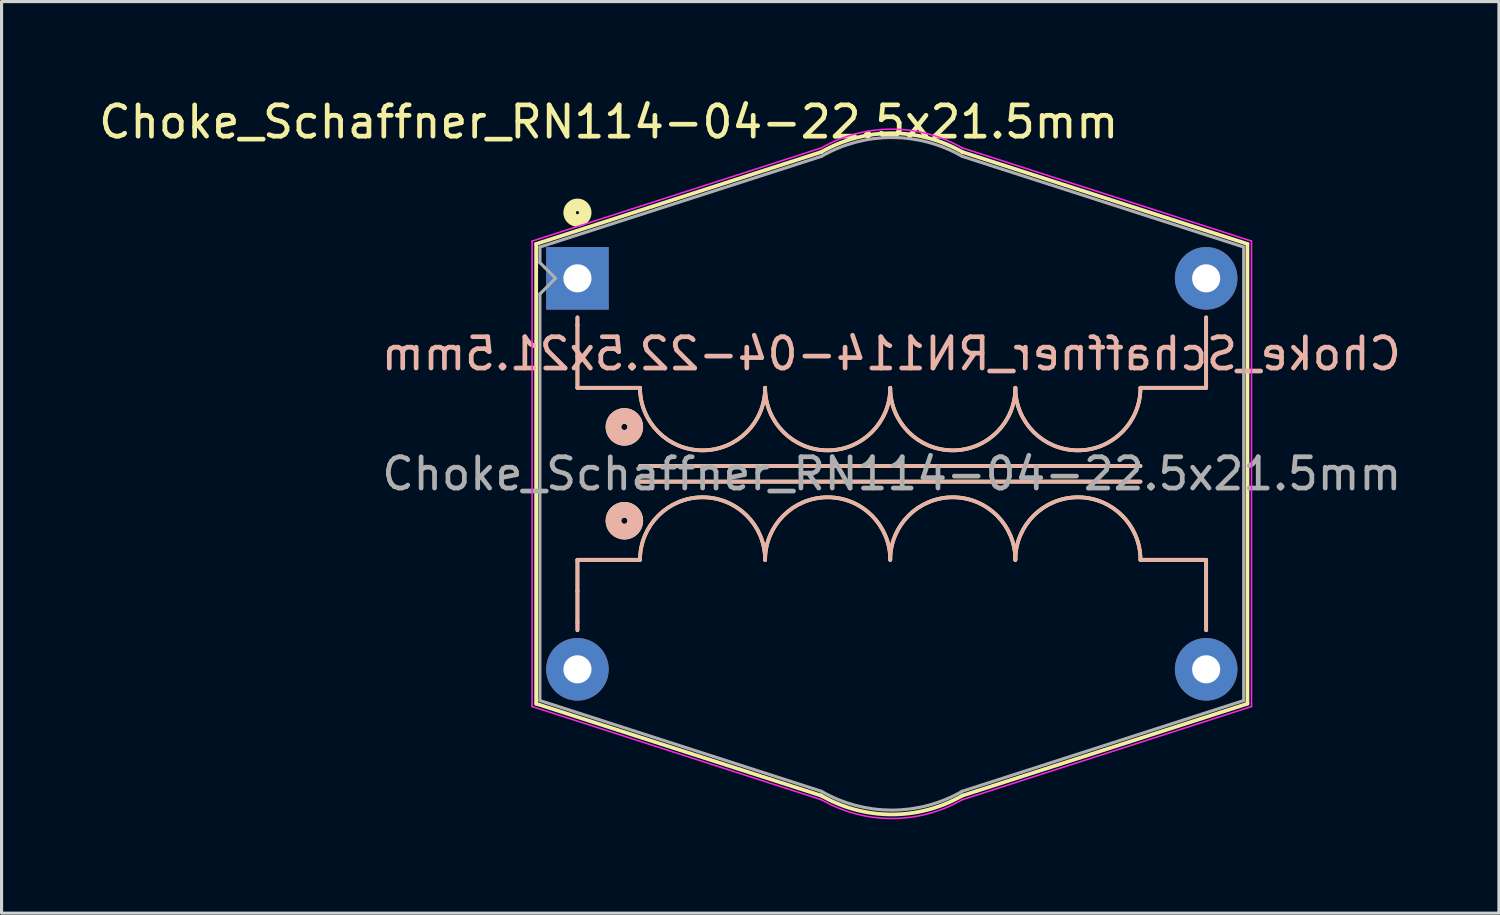
<source format=kicad_pcb>
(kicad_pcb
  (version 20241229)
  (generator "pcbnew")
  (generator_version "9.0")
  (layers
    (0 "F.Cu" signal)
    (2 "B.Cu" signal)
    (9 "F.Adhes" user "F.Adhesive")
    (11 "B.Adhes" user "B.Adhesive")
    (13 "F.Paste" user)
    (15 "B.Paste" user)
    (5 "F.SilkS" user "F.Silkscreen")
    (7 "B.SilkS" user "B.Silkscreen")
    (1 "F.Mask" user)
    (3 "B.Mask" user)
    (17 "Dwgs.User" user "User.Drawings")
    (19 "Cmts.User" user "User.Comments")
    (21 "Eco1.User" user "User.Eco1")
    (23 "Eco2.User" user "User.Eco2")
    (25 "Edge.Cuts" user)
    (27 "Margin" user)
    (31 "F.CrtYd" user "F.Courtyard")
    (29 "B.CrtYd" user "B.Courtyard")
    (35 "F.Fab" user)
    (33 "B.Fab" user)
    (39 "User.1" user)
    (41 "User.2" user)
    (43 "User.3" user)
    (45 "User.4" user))
  (footprint "Choke_Schaffner_RN114-04-22.5x21.5mm"
    (layer "F.Cu")
    (at 15.411 5.848)
    (property "Reference" "Choke_Schaffner_RN114-04-22.5x21.5mm" (at 1 -5 0) (layer "F.SilkS") (effects (font (size 1 1) (thickness 0.15))))
    (fp_line (start -1.32 -1.1) (end 7.8 -4.04) (stroke (width 0.12) (type solid)) (layer "F.SilkS"))
    (fp_line (start -1.32 13.6) (end -1.32 -1.1) (stroke (width 0.12) (type solid)) (layer "F.SilkS"))
    (fp_line (start 0 1.5) (end 0 1.25) (stroke (width 0.12) (type solid)) (layer "F.SilkS"))
    (fp_line (start 0 2.5) (end 0 1.5) (stroke (width 0.12) (type solid)) (layer "F.SilkS"))
    (fp_line (start 0 3.5) (end 0 2.5) (stroke (width 0.12) (type solid)) (layer "F.SilkS"))
    (fp_line (start 0 9) (end 0 10) (stroke (width 0.12) (type solid)) (layer "F.SilkS"))
    (fp_line (start 0 10) (end 0 11) (stroke (width 0.12) (type solid)) (layer "F.SilkS"))
    (fp_line (start 0 11) (end 0 11.25) (stroke (width 0.12) (type solid)) (layer "F.SilkS"))
    (fp_line (start 2 3.5) (end 0 3.5) (stroke (width 0.12) (type solid)) (layer "F.SilkS"))
    (fp_line (start 2 6) (end 18 6) (stroke (width 0.12) (type solid)) (layer "F.SilkS"))
    (fp_line (start 2 9) (end 0 9) (stroke (width 0.12) (type solid)) (layer "F.SilkS"))
    (fp_line (start 7.8 16.54) (end -1.32 13.6) (stroke (width 0.12) (type solid)) (layer "F.SilkS"))
    (fp_line (start 12.3 -4.04) (end 21.42 -1.1) (stroke (width 0.12) (type solid)) (layer "F.SilkS"))
    (fp_line (start 18 3.5) (end 20.1 3.5) (stroke (width 0.12) (type solid)) (layer "F.SilkS"))
    (fp_line (start 18 6.5) (end 2 6.5) (stroke (width 0.12) (type solid)) (layer "F.SilkS"))
    (fp_line (start 20.1 1.5) (end 20.1 1.25) (stroke (width 0.12) (type solid)) (layer "F.SilkS"))
    (fp_line (start 20.1 3.5) (end 20.1 1.5) (stroke (width 0.12) (type solid)) (layer "F.SilkS"))
    (fp_line (start 20.1 9) (end 18 9) (stroke (width 0.12) (type solid)) (layer "F.SilkS"))
    (fp_line (start 20.1 9) (end 20.1 11) (stroke (width 0.12) (type solid)) (layer "F.SilkS"))
    (fp_line (start 20.1 11) (end 20.1 11.25) (stroke (width 0.12) (type solid)) (layer "F.SilkS"))
    (fp_line (start 21.42 -1.1) (end 21.42 13.6) (stroke (width 0.12) (type solid)) (layer "F.SilkS"))
    (fp_line (start 21.42 13.6) (end 12.3 16.54) (stroke (width 0.12) (type solid)) (layer "F.SilkS"))
    (fp_arc (start 2 9) (mid 4 7) (end 6 9) (stroke (width 0.12) (type solid)) (layer "F.SilkS"))
    (fp_arc (start 6 3.5) (mid 4 5.5) (end 2 3.5) (stroke (width 0.12) (type solid)) (layer "F.SilkS"))
    (fp_arc (start 6 9) (mid 8 7) (end 10 9) (stroke (width 0.12) (type solid)) (layer "F.SilkS"))
    (fp_arc (start 7.8 -4.04) (mid 10.061443 -4.63982) (end 12.31982 -4.028557) (stroke (width 0.12) (type solid)) (layer "F.SilkS"))
    (fp_arc (start 10 3.5) (mid 8 5.5) (end 6 3.5) (stroke (width 0.12) (type solid)) (layer "F.SilkS"))
    (fp_arc (start 10 9) (mid 12 7) (end 14 9) (stroke (width 0.12) (type solid)) (layer "F.SilkS"))
    (fp_arc (start 12.3 16.54) (mid 10.038557 17.13982) (end 7.78018 16.528557) (stroke (width 0.12) (type solid)) (layer "F.SilkS"))
    (fp_arc (start 14 3.5) (mid 12 5.5) (end 10 3.5) (stroke (width 0.12) (type solid)) (layer "F.SilkS"))
    (fp_arc (start 14 9) (mid 16 7) (end 18 9) (stroke (width 0.12) (type solid)) (layer "F.SilkS"))
    (fp_arc (start 18 3.5) (mid 16 5.5) (end 14 3.5) (stroke (width 0.12) (type solid)) (layer "F.SilkS"))
    (fp_circle (center 0 -2.1) (end 0.05 -2.1) (stroke (width 0.4) (type solid)) (fill no) (layer "F.SilkS"))
    (fp_circle (center 1.5 4.75) (end 1.6 4.75) (stroke (width 0.5) (type solid)) (fill no) (layer "F.SilkS"))
    (fp_circle (center 1.5 7.75) (end 1.6 7.75) (stroke (width 0.5) (type solid)) (fill no) (layer "F.SilkS"))
    (fp_line (start 0 1.5) (end 0 1.25) (stroke (width 0.12) (type solid)) (layer "B.SilkS"))
    (fp_line (start 0 2.5) (end 0 1.5) (stroke (width 0.12) (type solid)) (layer "B.SilkS"))
    (fp_line (start 0 3.5) (end 0 2.5) (stroke (width 0.12) (type solid)) (layer "B.SilkS"))
    (fp_line (start 0 9) (end 0 10) (stroke (width 0.12) (type solid)) (layer "B.SilkS"))
    (fp_line (start 0 10) (end 0 11) (stroke (width 0.12) (type solid)) (layer "B.SilkS"))
    (fp_line (start 0 11) (end 0 11.25) (stroke (width 0.12) (type solid)) (layer "B.SilkS"))
    (fp_line (start 2 3.5) (end 0 3.5) (stroke (width 0.12) (type solid)) (layer "B.SilkS"))
    (fp_line (start 2 6.5) (end 18 6.5) (stroke (width 0.12) (type solid)) (layer "B.SilkS"))
    (fp_line (start 2 9) (end 0 9) (stroke (width 0.12) (type solid)) (layer "B.SilkS"))
    (fp_line (start 18 6) (end 2 6) (stroke (width 0.12) (type solid)) (layer "B.SilkS"))
    (fp_line (start 18 9) (end 20.1 9) (stroke (width 0.12) (type solid)) (layer "B.SilkS"))
    (fp_line (start 20.1 1.5) (end 20.1 1.25) (stroke (width 0.12) (type solid)) (layer "B.SilkS"))
    (fp_line (start 20.1 3.5) (end 18 3.5) (stroke (width 0.12) (type solid)) (layer "B.SilkS"))
    (fp_line (start 20.1 3.5) (end 20.1 1.5) (stroke (width 0.12) (type solid)) (layer "B.SilkS"))
    (fp_line (start 20.1 9) (end 20.1 11) (stroke (width 0.12) (type solid)) (layer "B.SilkS"))
    (fp_line (start 20.1 11) (end 20.1 11.25) (stroke (width 0.12) (type solid)) (layer "B.SilkS"))
    (fp_arc (start 2 9) (mid 4 7) (end 6 9) (stroke (width 0.12) (type solid)) (layer "B.SilkS"))
    (fp_arc (start 6 3.5) (mid 4 5.5) (end 2 3.5) (stroke (width 0.12) (type solid)) (layer "B.SilkS"))
    (fp_arc (start 6 9) (mid 8 7) (end 10 9) (stroke (width 0.12) (type solid)) (layer "B.SilkS"))
    (fp_arc (start 10 3.5) (mid 8 5.5) (end 6 3.5) (stroke (width 0.12) (type solid)) (layer "B.SilkS"))
    (fp_arc (start 10 9) (mid 12 7) (end 14 9) (stroke (width 0.12) (type solid)) (layer "B.SilkS"))
    (fp_arc (start 14 3.5) (mid 12 5.5) (end 10 3.5) (stroke (width 0.12) (type solid)) (layer "B.SilkS"))
    (fp_arc (start 14 9) (mid 16 7) (end 18 9) (stroke (width 0.12) (type solid)) (layer "B.SilkS"))
    (fp_arc (start 18 3.5) (mid 16 5.5) (end 14 3.5) (stroke (width 0.12) (type solid)) (layer "B.SilkS"))
    (fp_circle (center 1.5 4.75) (end 1.6 4.75) (stroke (width 0.5) (type solid)) (fill no) (layer "B.SilkS"))
    (fp_circle (center 1.5 7.75) (end 1.6 7.75) (stroke (width 0.5) (type solid)) (fill no) (layer "B.SilkS"))
    (fp_line (start -1.45 -1.19) (end 7.8 -4.17) (stroke (width 0.05) (type solid)) (layer "F.CrtYd"))
    (fp_line (start -1.45 13.69) (end -1.45 -1.19) (stroke (width 0.05) (type solid)) (layer "F.CrtYd"))
    (fp_line (start 7.8 16.67) (end -1.45 13.69) (stroke (width 0.05) (type solid)) (layer "F.CrtYd"))
    (fp_line (start 12.3 -4.17) (end 21.55 -1.19) (stroke (width 0.05) (type solid)) (layer "F.CrtYd"))
    (fp_line (start 21.55 -1.19) (end 21.55 13.69) (stroke (width 0.05) (type solid)) (layer "F.CrtYd"))
    (fp_line (start 21.55 13.69) (end 12.3 16.67) (stroke (width 0.05) (type solid)) (layer "F.CrtYd"))
    (fp_arc (start 7.8 -4.17) (mid 10.061443 -4.76982) (end 12.31982 -4.158557) (stroke (width 0.05) (type solid)) (layer "F.CrtYd"))
    (fp_arc (start 12.3 16.67) (mid 10.038557 17.26982) (end 7.78018 16.658557) (stroke (width 0.05) (type solid)) (layer "F.CrtYd"))
    (fp_line (start -1.2 -1) (end 7.8 -3.9) (stroke (width 0.1) (type solid)) (layer "F.Fab"))
    (fp_line (start -1.2 -0.5) (end -1.2 -1) (stroke (width 0.1) (type solid)) (layer "F.Fab"))
    (fp_line (start -1.2 0.5) (end -0.7 0) (stroke (width 0.1) (type solid)) (layer "F.Fab"))
    (fp_line (start -1.2 13.5) (end -1.2 0.5) (stroke (width 0.1) (type solid)) (layer "F.Fab"))
    (fp_line (start -0.7 0) (end -1.2 -0.5) (stroke (width 0.1) (type solid)) (layer "F.Fab"))
    (fp_line (start 7.8 16.4) (end -1.2 13.5) (stroke (width 0.1) (type solid)) (layer "F.Fab"))
    (fp_line (start 12.3 -3.9) (end 21.3 -1) (stroke (width 0.1) (type solid)) (layer "F.Fab"))
    (fp_line (start 21.3 -1) (end 21.3 13.5) (stroke (width 0.1) (type solid)) (layer "F.Fab"))
    (fp_line (start 21.3 13.5) (end 12.3 16.4) (stroke (width 0.1) (type solid)) (layer "F.Fab"))
    (fp_arc (start 7.8 -3.9) (mid 10.051443 -4.502499) (end 12.302499 -3.898557) (stroke (width 0.1) (type solid)) (layer "F.Fab"))
    (fp_arc (start 12.3 16.4) (mid 10.048557 17.002499) (end 7.797501 16.398557) (stroke (width 0.1) (type solid)) (layer "F.Fab"))
    (fp_text user "${REFERENCE}" (at 10.033 2.413 0) (layer "B.SilkS") (effects (font (size 1 1) (thickness 0.15)) (justify mirror)))
    (fp_text user "${REFERENCE}" (at 10.05 6.25 0) (layer "F.Fab") (effects (font (size 1 1) (thickness 0.15))))
    (pad "1" thru_hole rect (at 0 0) (size 2 2) (drill 0.9) (layers "*.Cu" "*.Mask"))
    (pad "2" thru_hole circle (at 20.1 0) (size 2 2) (drill 0.9) (layers "*.Cu" "*.Mask"))
    (pad "3" thru_hole circle (at 0 12.5) (size 2 2) (drill 0.9) (layers "*.Cu" "*.Mask"))
    (pad "4" thru_hole circle (at 20.1 12.5) (size 2 2) (drill 0.9) (layers "*.Cu" "*.Mask")))
  (gr_rect
    (start -3 -3)
    (end 44.871 26.143)
    (stroke (width 0.1) (type default))
    (fill no)
    (layer "Edge.Cuts")))
</source>
